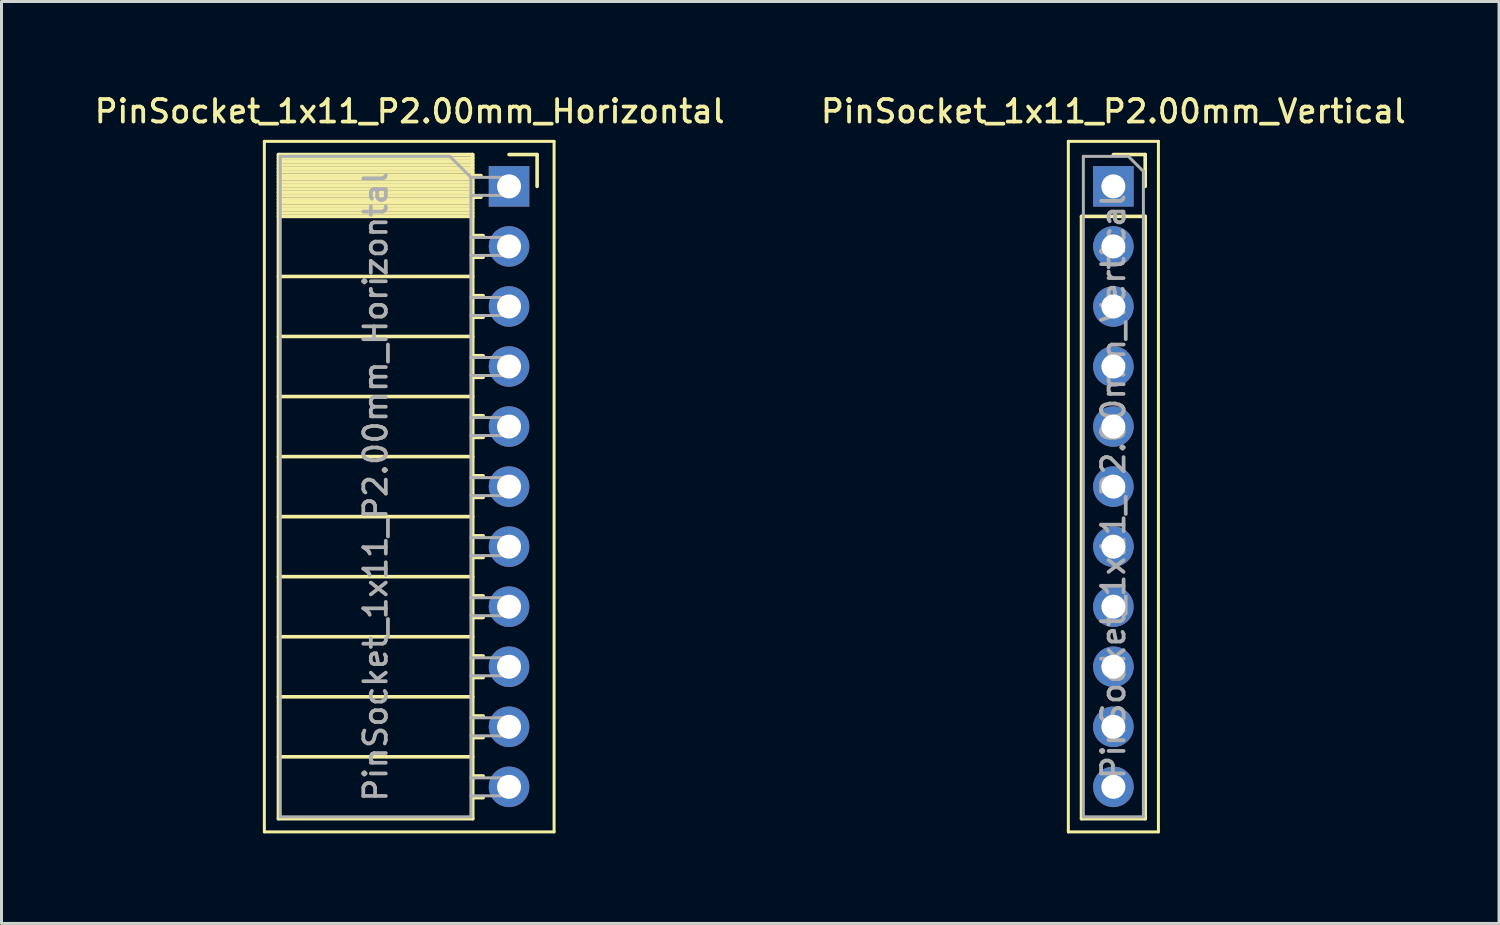
<source format=kicad_pcb>
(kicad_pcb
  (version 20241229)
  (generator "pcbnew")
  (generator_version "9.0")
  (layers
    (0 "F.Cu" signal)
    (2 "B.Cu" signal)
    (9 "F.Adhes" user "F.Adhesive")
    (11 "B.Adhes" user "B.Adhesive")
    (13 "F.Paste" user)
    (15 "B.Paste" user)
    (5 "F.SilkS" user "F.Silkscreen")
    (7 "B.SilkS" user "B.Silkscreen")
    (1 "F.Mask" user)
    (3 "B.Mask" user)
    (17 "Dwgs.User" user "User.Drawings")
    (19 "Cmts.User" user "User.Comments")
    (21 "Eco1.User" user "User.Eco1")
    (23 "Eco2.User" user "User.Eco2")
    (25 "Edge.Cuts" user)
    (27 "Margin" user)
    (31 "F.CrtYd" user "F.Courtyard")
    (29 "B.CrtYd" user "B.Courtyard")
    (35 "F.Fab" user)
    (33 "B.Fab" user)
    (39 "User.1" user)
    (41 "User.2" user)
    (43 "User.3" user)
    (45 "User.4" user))
  (footprint "PinSocket_1x11_P2.00mm_Vertical"
    (layer "F.Cu")
    (at 34.034 3.158)
    (property "Reference" "PinSocket_1x11_P2.00mm_Vertical" (at 0 -2.5 0) (layer "F.SilkS") (effects (font (size 0.75 0.75) (thickness 0.125))))
    (attr through_hole)
    (fp_line (start -1.5 -1.5) (end 1.5 -1.5) (stroke (width 0.1) (type solid)) (layer "F.SilkS"))
    (fp_line (start -1.5 21.5) (end -1.5 -1.5) (stroke (width 0.1) (type solid)) (layer "F.SilkS"))
    (fp_line (start -1.06 1) (end -1.06 21.06) (stroke (width 0.12) (type solid)) (layer "F.SilkS"))
    (fp_line (start -1.06 1) (end 1.06 1) (stroke (width 0.12) (type solid)) (layer "F.SilkS"))
    (fp_line (start -1.06 21.06) (end 1.06 21.06) (stroke (width 0.12) (type solid)) (layer "F.SilkS"))
    (fp_line (start 0 -1.06) (end 1.06 -1.06) (stroke (width 0.12) (type solid)) (layer "F.SilkS"))
    (fp_line (start 1.06 -1.06) (end 1.06 0) (stroke (width 0.12) (type solid)) (layer "F.SilkS"))
    (fp_line (start 1.06 1) (end 1.06 21.06) (stroke (width 0.12) (type solid)) (layer "F.SilkS"))
    (fp_line (start 1.5 -1.5) (end 1.5 21.5) (stroke (width 0.1) (type solid)) (layer "F.SilkS"))
    (fp_line (start 1.5 21.5) (end -1.5 21.5) (stroke (width 0.1) (type solid)) (layer "F.SilkS"))
    (fp_line (start -1 -1) (end 0.5 -1) (stroke (width 0.1) (type solid)) (layer "F.Fab"))
    (fp_line (start -1 21) (end -1 -1) (stroke (width 0.1) (type solid)) (layer "F.Fab"))
    (fp_line (start 0.5 -1) (end 1 -0.5) (stroke (width 0.1) (type solid)) (layer "F.Fab"))
    (fp_line (start 1 -0.5) (end 1 21) (stroke (width 0.1) (type solid)) (layer "F.Fab"))
    (fp_line (start 1 21) (end -1 21) (stroke (width 0.1) (type solid)) (layer "F.Fab"))
    (fp_text user "${REFERENCE}" (at 0 10 90) (layer "F.Fab") (effects (font (size 0.75 0.75) (thickness 0.125))))
    (pad "1" thru_hole rect (at 0 0) (size 1.35 1.35) (drill 0.8) (layers "*.Cu" "*.Mask"))
    (pad "2" thru_hole oval (at 0 2) (size 1.35 1.35) (drill 0.8) (layers "*.Cu" "*.Mask"))
    (pad "3" thru_hole oval (at 0 4) (size 1.35 1.35) (drill 0.8) (layers "*.Cu" "*.Mask"))
    (pad "4" thru_hole oval (at 0 6) (size 1.35 1.35) (drill 0.8) (layers "*.Cu" "*.Mask"))
    (pad "5" thru_hole oval (at 0 8) (size 1.35 1.35) (drill 0.8) (layers "*.Cu" "*.Mask"))
    (pad "6" thru_hole oval (at 0 10) (size 1.35 1.35) (drill 0.8) (layers "*.Cu" "*.Mask"))
    (pad "7" thru_hole oval (at 0 12) (size 1.35 1.35) (drill 0.8) (layers "*.Cu" "*.Mask"))
    (pad "8" thru_hole oval (at 0 14) (size 1.35 1.35) (drill 0.8) (layers "*.Cu" "*.Mask"))
    (pad "9" thru_hole oval (at 0 16) (size 1.35 1.35) (drill 0.8) (layers "*.Cu" "*.Mask"))
    (pad "10" thru_hole oval (at 0 18) (size 1.35 1.35) (drill 0.8) (layers "*.Cu" "*.Mask"))
    (pad "11" thru_hole oval (at 0 20) (size 1.35 1.35) (drill 0.8) (layers "*.Cu" "*.Mask")))
  (footprint "PinSocket_1x11_P2.00mm_Horizontal"
    (layer "F.Cu")
    (at 13.905 3.158)
    (property "Reference" "PinSocket_1x11_P2.00mm_Horizontal" (at -3.31 -2.5 0) (layer "F.SilkS") (effects (font (size 0.75 0.75) (thickness 0.125))))
    (attr through_hole)
    (fp_line (start -8.15 -1.5) (end -8.15 21.5) (stroke (width 0.1) (type solid)) (layer "F.SilkS"))
    (fp_line (start -8.15 21.5) (end 1.5 21.5) (stroke (width 0.1) (type solid)) (layer "F.SilkS"))
    (fp_line (start -7.68 -1.06) (end -7.68 21.06) (stroke (width 0.12) (type solid)) (layer "F.SilkS"))
    (fp_line (start -7.68 -1.06) (end -1.21 -1.06) (stroke (width 0.12) (type solid)) (layer "F.SilkS"))
    (fp_line (start -7.68 -0.94) (end -1.21 -0.94) (stroke (width 0.12) (type solid)) (layer "F.SilkS"))
    (fp_line (start -7.68 -0.826) (end -1.21 -0.826) (stroke (width 0.12) (type solid)) (layer "F.SilkS"))
    (fp_line (start -7.68 -0.712) (end -1.21 -0.712) (stroke (width 0.12) (type solid)) (layer "F.SilkS"))
    (fp_line (start -7.68 -0.598) (end -1.21 -0.598) (stroke (width 0.12) (type solid)) (layer "F.SilkS"))
    (fp_line (start -7.68 -0.484) (end -1.21 -0.484) (stroke (width 0.12) (type solid)) (layer "F.SilkS"))
    (fp_line (start -7.68 -0.369) (end -1.21 -0.369) (stroke (width 0.12) (type solid)) (layer "F.SilkS"))
    (fp_line (start -7.68 -0.255) (end -1.21 -0.255) (stroke (width 0.12) (type solid)) (layer "F.SilkS"))
    (fp_line (start -7.68 -0.141) (end -1.21 -0.141) (stroke (width 0.12) (type solid)) (layer "F.SilkS"))
    (fp_line (start -7.68 -0.027) (end -1.21 -0.027) (stroke (width 0.12) (type solid)) (layer "F.SilkS"))
    (fp_line (start -7.68 0.087) (end -1.21 0.087) (stroke (width 0.12) (type solid)) (layer "F.SilkS"))
    (fp_line (start -7.68 0.201) (end -1.21 0.201) (stroke (width 0.12) (type solid)) (layer "F.SilkS"))
    (fp_line (start -7.68 0.315) (end -1.21 0.315) (stroke (width 0.12) (type solid)) (layer "F.SilkS"))
    (fp_line (start -7.68 0.429) (end -1.21 0.429) (stroke (width 0.12) (type solid)) (layer "F.SilkS"))
    (fp_line (start -7.68 0.544) (end -1.21 0.544) (stroke (width 0.12) (type solid)) (layer "F.SilkS"))
    (fp_line (start -7.68 0.658) (end -1.21 0.658) (stroke (width 0.12) (type solid)) (layer "F.SilkS"))
    (fp_line (start -7.68 0.772) (end -1.21 0.772) (stroke (width 0.12) (type solid)) (layer "F.SilkS"))
    (fp_line (start -7.68 0.886) (end -1.21 0.886) (stroke (width 0.12) (type solid)) (layer "F.SilkS"))
    (fp_line (start -7.68 1) (end -1.21 1) (stroke (width 0.12) (type solid)) (layer "F.SilkS"))
    (fp_line (start -7.68 3) (end -1.21 3) (stroke (width 0.12) (type solid)) (layer "F.SilkS"))
    (fp_line (start -7.68 5) (end -1.21 5) (stroke (width 0.12) (type solid)) (layer "F.SilkS"))
    (fp_line (start -7.68 7) (end -1.21 7) (stroke (width 0.12) (type solid)) (layer "F.SilkS"))
    (fp_line (start -7.68 9) (end -1.21 9) (stroke (width 0.12) (type solid)) (layer "F.SilkS"))
    (fp_line (start -7.68 11) (end -1.21 11) (stroke (width 0.12) (type solid)) (layer "F.SilkS"))
    (fp_line (start -7.68 13) (end -1.21 13) (stroke (width 0.12) (type solid)) (layer "F.SilkS"))
    (fp_line (start -7.68 15) (end -1.21 15) (stroke (width 0.12) (type solid)) (layer "F.SilkS"))
    (fp_line (start -7.68 17) (end -1.21 17) (stroke (width 0.12) (type solid)) (layer "F.SilkS"))
    (fp_line (start -7.68 19) (end -1.21 19) (stroke (width 0.12) (type solid)) (layer "F.SilkS"))
    (fp_line (start -7.68 21.06) (end -1.21 21.06) (stroke (width 0.12) (type solid)) (layer "F.SilkS"))
    (fp_line (start -1.21 -1.06) (end -1.21 21.06) (stroke (width 0.12) (type solid)) (layer "F.SilkS"))
    (fp_line (start -1.21 -0.36) (end -0.935 -0.36) (stroke (width 0.12) (type solid)) (layer "F.SilkS"))
    (fp_line (start -1.21 0.36) (end -0.935 0.36) (stroke (width 0.12) (type solid)) (layer "F.SilkS"))
    (fp_line (start -1.21 1.64) (end -0.863 1.64) (stroke (width 0.12) (type solid)) (layer "F.SilkS"))
    (fp_line (start -1.21 2.36) (end -0.863 2.36) (stroke (width 0.12) (type solid)) (layer "F.SilkS"))
    (fp_line (start -1.21 3.64) (end -0.863 3.64) (stroke (width 0.12) (type solid)) (layer "F.SilkS"))
    (fp_line (start -1.21 4.36) (end -0.863 4.36) (stroke (width 0.12) (type solid)) (layer "F.SilkS"))
    (fp_line (start -1.21 5.64) (end -0.863 5.64) (stroke (width 0.12) (type solid)) (layer "F.SilkS"))
    (fp_line (start -1.21 6.36) (end -0.863 6.36) (stroke (width 0.12) (type solid)) (layer "F.SilkS"))
    (fp_line (start -1.21 7.64) (end -0.863 7.64) (stroke (width 0.12) (type solid)) (layer "F.SilkS"))
    (fp_line (start -1.21 8.36) (end -0.863 8.36) (stroke (width 0.12) (type solid)) (layer "F.SilkS"))
    (fp_line (start -1.21 9.64) (end -0.863 9.64) (stroke (width 0.12) (type solid)) (layer "F.SilkS"))
    (fp_line (start -1.21 10.36) (end -0.863 10.36) (stroke (width 0.12) (type solid)) (layer "F.SilkS"))
    (fp_line (start -1.21 11.64) (end -0.863 11.64) (stroke (width 0.12) (type solid)) (layer "F.SilkS"))
    (fp_line (start -1.21 12.36) (end -0.863 12.36) (stroke (width 0.12) (type solid)) (layer "F.SilkS"))
    (fp_line (start -1.21 13.64) (end -0.863 13.64) (stroke (width 0.12) (type solid)) (layer "F.SilkS"))
    (fp_line (start -1.21 14.36) (end -0.863 14.36) (stroke (width 0.12) (type solid)) (layer "F.SilkS"))
    (fp_line (start -1.21 15.64) (end -0.863 15.64) (stroke (width 0.12) (type solid)) (layer "F.SilkS"))
    (fp_line (start -1.21 16.36) (end -0.863 16.36) (stroke (width 0.12) (type solid)) (layer "F.SilkS"))
    (fp_line (start -1.21 17.64) (end -0.863 17.64) (stroke (width 0.12) (type solid)) (layer "F.SilkS"))
    (fp_line (start -1.21 18.36) (end -0.863 18.36) (stroke (width 0.12) (type solid)) (layer "F.SilkS"))
    (fp_line (start -1.21 19.64) (end -0.863 19.64) (stroke (width 0.12) (type solid)) (layer "F.SilkS"))
    (fp_line (start -1.21 20.36) (end -0.863 20.36) (stroke (width 0.12) (type solid)) (layer "F.SilkS"))
    (fp_line (start 0 -1.06) (end 0.935 -1.06) (stroke (width 0.12) (type solid)) (layer "F.SilkS"))
    (fp_line (start 0.935 -1.06) (end 0.935 0) (stroke (width 0.12) (type solid)) (layer "F.SilkS"))
    (fp_line (start 1.5 -1.5) (end -8.15 -1.5) (stroke (width 0.1) (type solid)) (layer "F.SilkS"))
    (fp_line (start 1.5 21.5) (end 1.5 -1.5) (stroke (width 0.1) (type solid)) (layer "F.SilkS"))
    (fp_line (start -7.62 -1) (end -1.97 -1) (stroke (width 0.1) (type solid)) (layer "F.Fab"))
    (fp_line (start -7.62 21) (end -7.62 -1) (stroke (width 0.1) (type solid)) (layer "F.Fab"))
    (fp_line (start -1.97 -1) (end -1.27 -0.3) (stroke (width 0.1) (type solid)) (layer "F.Fab"))
    (fp_line (start -1.27 -0.3) (end -1.27 21) (stroke (width 0.1) (type solid)) (layer "F.Fab"))
    (fp_line (start -1.27 0.3) (end 0 0.3) (stroke (width 0.1) (type solid)) (layer "F.Fab"))
    (fp_line (start -1.27 2.3) (end 0 2.3) (stroke (width 0.1) (type solid)) (layer "F.Fab"))
    (fp_line (start -1.27 4.3) (end 0 4.3) (stroke (width 0.1) (type solid)) (layer "F.Fab"))
    (fp_line (start -1.27 6.3) (end 0 6.3) (stroke (width 0.1) (type solid)) (layer "F.Fab"))
    (fp_line (start -1.27 8.3) (end 0 8.3) (stroke (width 0.1) (type solid)) (layer "F.Fab"))
    (fp_line (start -1.27 10.3) (end 0 10.3) (stroke (width 0.1) (type solid)) (layer "F.Fab"))
    (fp_line (start -1.27 12.3) (end 0 12.3) (stroke (width 0.1) (type solid)) (layer "F.Fab"))
    (fp_line (start -1.27 14.3) (end 0 14.3) (stroke (width 0.1) (type solid)) (layer "F.Fab"))
    (fp_line (start -1.27 16.3) (end 0 16.3) (stroke (width 0.1) (type solid)) (layer "F.Fab"))
    (fp_line (start -1.27 18.3) (end 0 18.3) (stroke (width 0.1) (type solid)) (layer "F.Fab"))
    (fp_line (start -1.27 20.3) (end 0 20.3) (stroke (width 0.1) (type solid)) (layer "F.Fab"))
    (fp_line (start -1.27 21) (end -7.62 21) (stroke (width 0.1) (type solid)) (layer "F.Fab"))
    (fp_line (start 0 -0.3) (end -1.27 -0.3) (stroke (width 0.1) (type solid)) (layer "F.Fab"))
    (fp_line (start 0 0.3) (end 0 -0.3) (stroke (width 0.1) (type solid)) (layer "F.Fab"))
    (fp_line (start 0 1.7) (end -1.27 1.7) (stroke (width 0.1) (type solid)) (layer "F.Fab"))
    (fp_line (start 0 2.3) (end 0 1.7) (stroke (width 0.1) (type solid)) (layer "F.Fab"))
    (fp_line (start 0 3.7) (end -1.27 3.7) (stroke (width 0.1) (type solid)) (layer "F.Fab"))
    (fp_line (start 0 4.3) (end 0 3.7) (stroke (width 0.1) (type solid)) (layer "F.Fab"))
    (fp_line (start 0 5.7) (end -1.27 5.7) (stroke (width 0.1) (type solid)) (layer "F.Fab"))
    (fp_line (start 0 6.3) (end 0 5.7) (stroke (width 0.1) (type solid)) (layer "F.Fab"))
    (fp_line (start 0 7.7) (end -1.27 7.7) (stroke (width 0.1) (type solid)) (layer "F.Fab"))
    (fp_line (start 0 8.3) (end 0 7.7) (stroke (width 0.1) (type solid)) (layer "F.Fab"))
    (fp_line (start 0 9.7) (end -1.27 9.7) (stroke (width 0.1) (type solid)) (layer "F.Fab"))
    (fp_line (start 0 10.3) (end 0 9.7) (stroke (width 0.1) (type solid)) (layer "F.Fab"))
    (fp_line (start 0 11.7) (end -1.27 11.7) (stroke (width 0.1) (type solid)) (layer "F.Fab"))
    (fp_line (start 0 12.3) (end 0 11.7) (stroke (width 0.1) (type solid)) (layer "F.Fab"))
    (fp_line (start 0 13.7) (end -1.27 13.7) (stroke (width 0.1) (type solid)) (layer "F.Fab"))
    (fp_line (start 0 14.3) (end 0 13.7) (stroke (width 0.1) (type solid)) (layer "F.Fab"))
    (fp_line (start 0 15.7) (end -1.27 15.7) (stroke (width 0.1) (type solid)) (layer "F.Fab"))
    (fp_line (start 0 16.3) (end 0 15.7) (stroke (width 0.1) (type solid)) (layer "F.Fab"))
    (fp_line (start 0 17.7) (end -1.27 17.7) (stroke (width 0.1) (type solid)) (layer "F.Fab"))
    (fp_line (start 0 18.3) (end 0 17.7) (stroke (width 0.1) (type solid)) (layer "F.Fab"))
    (fp_line (start 0 19.7) (end -1.27 19.7) (stroke (width 0.1) (type solid)) (layer "F.Fab"))
    (fp_line (start 0 20.3) (end 0 19.7) (stroke (width 0.1) (type solid)) (layer "F.Fab"))
    (fp_text user "${REFERENCE}" (at -4.445 10 90) (layer "F.Fab") (effects (font (size 0.75 0.75) (thickness 0.125))))
    (pad "1" thru_hole rect (at 0 0) (size 1.35 1.35) (drill 0.8) (layers "*.Cu" "*.Mask"))
    (pad "2" thru_hole oval (at 0 2) (size 1.35 1.35) (drill 0.8) (layers "*.Cu" "*.Mask"))
    (pad "3" thru_hole oval (at 0 4) (size 1.35 1.35) (drill 0.8) (layers "*.Cu" "*.Mask"))
    (pad "4" thru_hole oval (at 0 6) (size 1.35 1.35) (drill 0.8) (layers "*.Cu" "*.Mask"))
    (pad "5" thru_hole oval (at 0 8) (size 1.35 1.35) (drill 0.8) (layers "*.Cu" "*.Mask"))
    (pad "6" thru_hole oval (at 0 10) (size 1.35 1.35) (drill 0.8) (layers "*.Cu" "*.Mask"))
    (pad "7" thru_hole oval (at 0 12) (size 1.35 1.35) (drill 0.8) (layers "*.Cu" "*.Mask"))
    (pad "8" thru_hole oval (at 0 14) (size 1.35 1.35) (drill 0.8) (layers "*.Cu" "*.Mask"))
    (pad "9" thru_hole oval (at 0 16) (size 1.35 1.35) (drill 0.8) (layers "*.Cu" "*.Mask"))
    (pad "10" thru_hole oval (at 0 18) (size 1.35 1.35) (drill 0.8) (layers "*.Cu" "*.Mask"))
    (pad "11" thru_hole oval (at 0 20) (size 1.35 1.35) (drill 0.8) (layers "*.Cu" "*.Mask")))
  (gr_rect
    (start -3 -3)
    (end 46.879 27.708)
    (stroke (width 0.1) (type default))
    (fill no)
    (layer "Edge.Cuts")))
</source>
